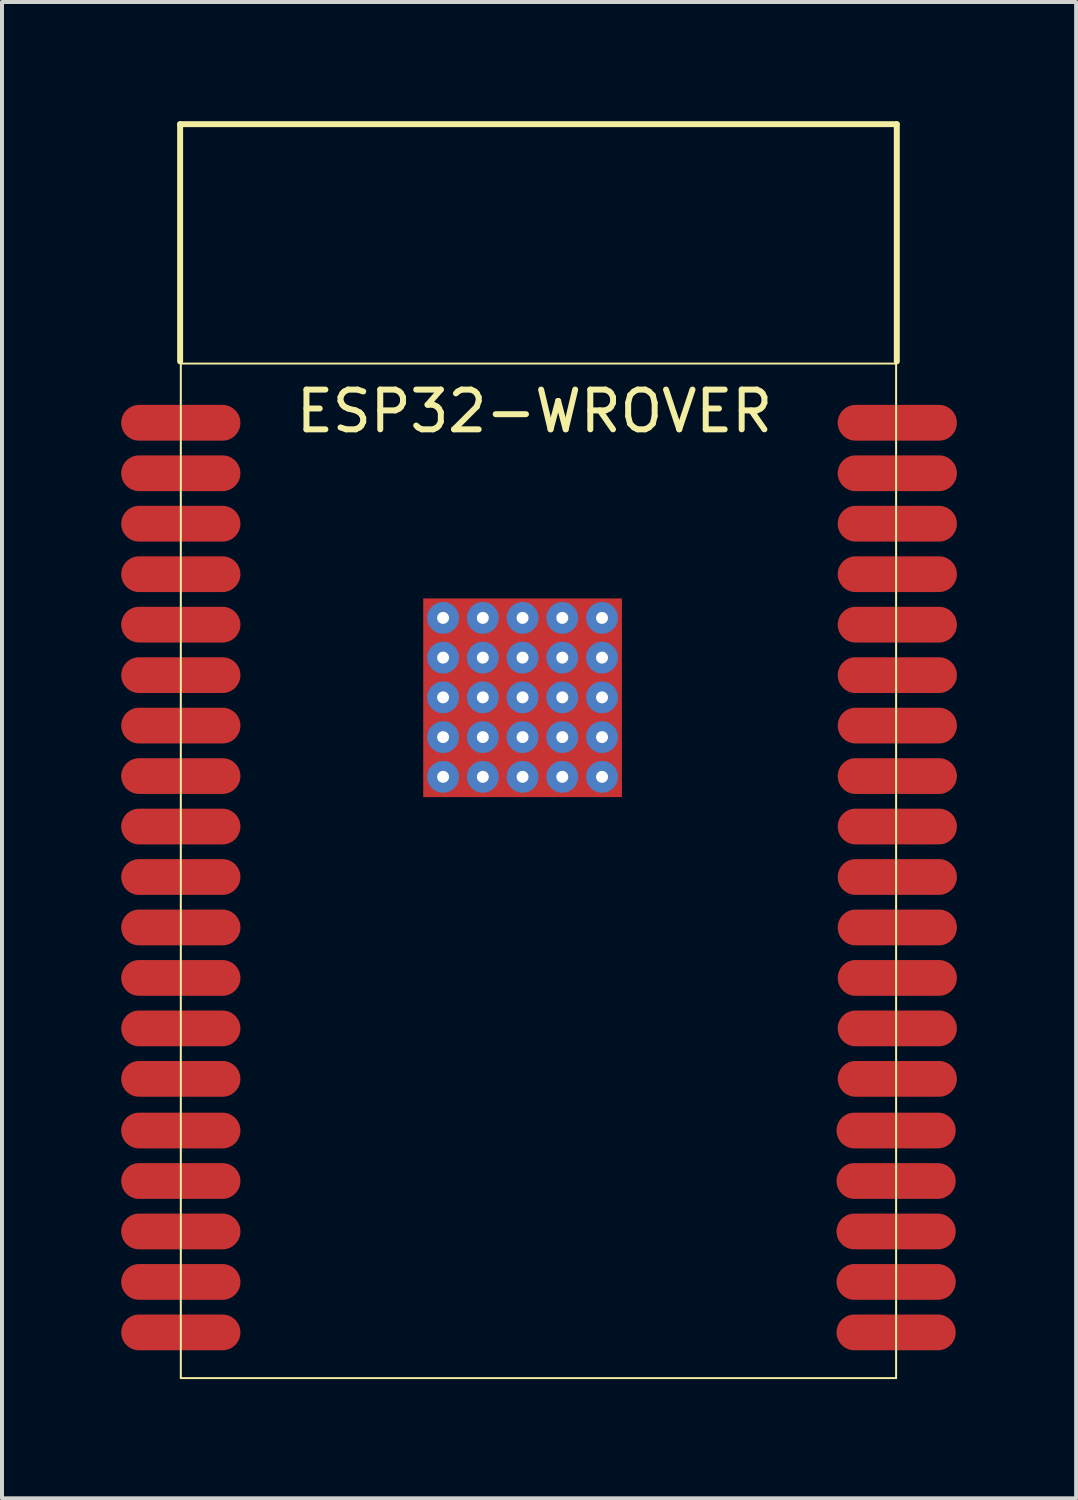
<source format=kicad_pcb>
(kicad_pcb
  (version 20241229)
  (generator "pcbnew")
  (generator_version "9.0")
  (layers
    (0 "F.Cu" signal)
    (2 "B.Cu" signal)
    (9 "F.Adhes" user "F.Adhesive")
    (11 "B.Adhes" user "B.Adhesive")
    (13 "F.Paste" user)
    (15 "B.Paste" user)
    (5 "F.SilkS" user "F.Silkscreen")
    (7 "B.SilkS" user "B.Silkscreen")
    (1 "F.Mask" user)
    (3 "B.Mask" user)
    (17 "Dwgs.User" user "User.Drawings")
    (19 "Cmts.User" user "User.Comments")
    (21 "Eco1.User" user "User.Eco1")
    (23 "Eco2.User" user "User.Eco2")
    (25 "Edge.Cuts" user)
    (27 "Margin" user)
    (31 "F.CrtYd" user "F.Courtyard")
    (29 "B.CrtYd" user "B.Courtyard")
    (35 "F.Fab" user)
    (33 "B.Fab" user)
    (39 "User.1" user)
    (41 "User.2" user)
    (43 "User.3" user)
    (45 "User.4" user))
  (footprint "ESP32-WROVER"
    (layer "F.Cu")
    (at 10.5 6.679)
    (property "Reference" "ESP32-WROVER" (at -0.1 0.62 0) (layer "F.SilkS") (effects (font (size 1 1) (thickness 0.15))))
    (attr smd)
    (fp_line (start -9.017 -0.635) (end -9.017 -6.604) (stroke (width 0.15) (type solid)) (layer "F.SilkS"))
    (fp_line (start -9 -0.58) (end 9 -0.58) (stroke (width 0.05) (type solid)) (layer "F.SilkS"))
    (fp_line (start -9 24.95) (end -9 -0.58) (stroke (width 0.05) (type solid)) (layer "F.SilkS"))
    (fp_line (start 9 -0.58) (end 9 24.95) (stroke (width 0.05) (type solid)) (layer "F.SilkS"))
    (fp_line (start 9 24.95) (end -9 24.95) (stroke (width 0.05) (type solid)) (layer "F.SilkS"))
    (fp_line (start 9.017 -6.604) (end -9.017 -6.604) (stroke (width 0.15) (type solid)) (layer "F.SilkS"))
    (fp_line (start 9.017 -0.635) (end 9.017 -6.604) (stroke (width 0.15) (type solid)) (layer "F.SilkS"))
    (pad "1" smd oval (at -9 0.91) (size 3 0.9) (layers "F.Cu" "F.Mask" "F.Paste"))
    (pad "2" smd oval (at -9 2.18) (size 3 0.9) (layers "F.Cu" "F.Mask" "F.Paste"))
    (pad "3" smd oval (at -9 3.45) (size 3 0.9) (layers "F.Cu" "F.Mask" "F.Paste"))
    (pad "4" smd oval (at -9 4.72) (size 3 0.9) (layers "F.Cu" "F.Mask" "F.Paste"))
    (pad "5" smd oval (at -9 5.99) (size 3 0.9) (layers "F.Cu" "F.Mask" "F.Paste"))
    (pad "6" smd oval (at -9 7.26) (size 3 0.9) (layers "F.Cu" "F.Mask" "F.Paste"))
    (pad "7" smd oval (at -9 8.53) (size 3 0.9) (layers "F.Cu" "F.Mask" "F.Paste"))
    (pad "8" smd oval (at -9 9.8) (size 3 0.9) (layers "F.Cu" "F.Mask" "F.Paste"))
    (pad "9" smd oval (at -9 11.07) (size 3 0.9) (layers "F.Cu" "F.Mask" "F.Paste"))
    (pad "10" smd oval (at -9 12.34) (size 3 0.9) (layers "F.Cu" "F.Mask" "F.Paste"))
    (pad "11" smd oval (at -9 13.61) (size 3 0.9) (layers "F.Cu" "F.Mask" "F.Paste"))
    (pad "12" smd oval (at -9 14.88) (size 3 0.9) (layers "F.Cu" "F.Mask" "F.Paste"))
    (pad "13" smd oval (at -9 16.15) (size 3 0.9) (layers "F.Cu" "F.Mask" "F.Paste"))
    (pad "14" smd oval (at -9 17.42) (size 3 0.9) (layers "F.Cu" "F.Mask" "F.Paste"))
    (pad "15" smd oval (at -9 18.72) (size 3 0.9) (layers "F.Cu" "F.Mask" "F.Paste"))
    (pad "16" smd oval (at -9 19.99) (size 3 0.9) (layers "F.Cu" "F.Mask" "F.Paste"))
    (pad "17" smd oval (at -9 21.26) (size 3 0.9) (layers "F.Cu" "F.Mask" "F.Paste"))
    (pad "18" smd oval (at -9 22.53) (size 3 0.9) (layers "F.Cu" "F.Mask" "F.Paste"))
    (pad "19" smd oval (at -9 23.8) (size 3 0.9) (layers "F.Cu" "F.Mask" "F.Paste"))
    (pad "20" smd oval (at 9 23.8) (size 3 0.9) (layers "F.Cu" "F.Mask" "F.Paste"))
    (pad "21" smd oval (at 9 22.53) (size 3 0.9) (layers "F.Cu" "F.Mask" "F.Paste"))
    (pad "22" smd oval (at 9 21.26) (size 3 0.9) (layers "F.Cu" "F.Mask" "F.Paste"))
    (pad "23" smd oval (at 9 19.99) (size 3 0.9) (layers "F.Cu" "F.Mask" "F.Paste"))
    (pad "24" smd oval (at 9 18.72) (size 3 0.9) (layers "F.Cu" "F.Mask" "F.Paste"))
    (pad "25" smd oval (at 9.03 17.42) (size 3 0.9) (layers "F.Cu" "F.Mask" "F.Paste"))
    (pad "26" smd oval (at 9.03 16.15) (size 3 0.9) (layers "F.Cu" "F.Mask" "F.Paste"))
    (pad "27" smd oval (at 9.03 14.88) (size 3 0.9) (layers "F.Cu" "F.Mask" "F.Paste"))
    (pad "28" smd oval (at 9.03 13.61) (size 3 0.9) (layers "F.Cu" "F.Mask" "F.Paste"))
    (pad "29" smd oval (at 9.03 12.34) (size 3 0.9) (layers "F.Cu" "F.Mask" "F.Paste"))
    (pad "30" smd oval (at 9.03 11.07) (size 3 0.9) (layers "F.Cu" "F.Mask" "F.Paste"))
    (pad "31" smd oval (at 9.03 9.8) (size 3 0.9) (layers "F.Cu" "F.Mask" "F.Paste"))
    (pad "32" smd oval (at 9.03 8.53) (size 3 0.9) (layers "F.Cu" "F.Mask" "F.Paste"))
    (pad "33" smd oval (at 9.03 7.26) (size 3 0.9) (layers "F.Cu" "F.Mask" "F.Paste"))
    (pad "34" smd oval (at 9.03 5.99) (size 3 0.9) (layers "F.Cu" "F.Mask" "F.Paste"))
    (pad "35" smd oval (at 9.03 4.72) (size 3 0.9) (layers "F.Cu" "F.Mask" "F.Paste"))
    (pad "36" smd oval (at 9.03 3.45) (size 3 0.9) (layers "F.Cu" "F.Mask" "F.Paste"))
    (pad "37" smd oval (at 9.03 2.18) (size 3 0.9) (layers "F.Cu" "F.Mask" "F.Paste"))
    (pad "38" smd oval (at 9.03 0.91) (size 3 0.9) (layers "F.Cu" "F.Mask" "F.Paste"))
    (pad "39" thru_hole circle (at -2.4 5.82) (size 0.8 0.8) (drill 0.3) (property pad_prop_heatsink) (layers "*.Cu" "*.Mask"))
    (pad "39" thru_hole circle (at -2.4 6.82) (size 0.8 0.8) (drill 0.3) (property pad_prop_heatsink) (layers "*.Cu" "*.Mask"))
    (pad "39" thru_hole circle (at -2.4 7.82) (size 0.8 0.8) (drill 0.3) (property pad_prop_heatsink) (layers "*.Cu" "*.Mask"))
    (pad "39" thru_hole circle (at -2.4 8.82) (size 0.8 0.8) (drill 0.3) (property pad_prop_heatsink) (layers "*.Cu" "*.Mask"))
    (pad "39" thru_hole circle (at -2.4 9.82) (size 0.8 0.8) (drill 0.3) (property pad_prop_heatsink) (layers "*.Cu" "*.Mask"))
    (pad "39" thru_hole circle (at -1.4 5.82) (size 0.8 0.8) (drill 0.3) (property pad_prop_heatsink) (layers "*.Cu" "*.Mask"))
    (pad "39" thru_hole circle (at -1.4 6.82) (size 0.8 0.8) (drill 0.3) (property pad_prop_heatsink) (layers "*.Cu" "*.Mask"))
    (pad "39" thru_hole circle (at -1.4 7.82) (size 0.8 0.8) (drill 0.3) (property pad_prop_heatsink) (layers "*.Cu" "*.Mask"))
    (pad "39" thru_hole circle (at -1.4 8.82) (size 0.8 0.8) (drill 0.3) (property pad_prop_heatsink) (layers "*.Cu" "*.Mask"))
    (pad "39" thru_hole circle (at -1.4 9.82) (size 0.8 0.8) (drill 0.3) (property pad_prop_heatsink) (layers "*.Cu" "*.Mask"))
    (pad "39" thru_hole circle (at -0.4 5.82) (size 0.8 0.8) (drill 0.3) (property pad_prop_heatsink) (layers "*.Cu" "*.Mask"))
    (pad "39" thru_hole circle (at -0.4 6.82) (size 0.8 0.8) (drill 0.3) (property pad_prop_heatsink) (layers "*.Cu" "*.Mask"))
    (pad "39" thru_hole circle (at -0.4 7.82) (size 0.8 0.8) (drill 0.3) (property pad_prop_heatsink) (layers "*.Cu" "*.Mask"))
    (pad "39" smd rect (at -0.4 7.83) (size 5 5) (layers "F.Cu" "F.Mask" "F.Paste"))
    (pad "39" thru_hole circle (at -0.4 8.82) (size 0.8 0.8) (drill 0.3) (property pad_prop_heatsink) (layers "*.Cu" "*.Mask"))
    (pad "39" thru_hole circle (at -0.4 9.82) (size 0.8 0.8) (drill 0.3) (property pad_prop_heatsink) (layers "*.Cu" "*.Mask"))
    (pad "39" thru_hole circle (at 0.6 5.82) (size 0.8 0.8) (drill 0.3) (property pad_prop_heatsink) (layers "*.Cu" "*.Mask"))
    (pad "39" thru_hole circle (at 0.6 6.82) (size 0.8 0.8) (drill 0.3) (property pad_prop_heatsink) (layers "*.Cu" "*.Mask"))
    (pad "39" thru_hole circle (at 0.6 7.82) (size 0.8 0.8) (drill 0.3) (property pad_prop_heatsink) (layers "*.Cu" "*.Mask"))
    (pad "39" thru_hole circle (at 0.6 8.82) (size 0.8 0.8) (drill 0.3) (property pad_prop_heatsink) (layers "*.Cu" "*.Mask"))
    (pad "39" thru_hole circle (at 0.6 9.82) (size 0.8 0.8) (drill 0.3) (property pad_prop_heatsink) (layers "*.Cu" "*.Mask"))
    (pad "39" thru_hole circle (at 1.6 5.82) (size 0.8 0.8) (drill 0.3) (property pad_prop_heatsink) (layers "*.Cu" "*.Mask"))
    (pad "39" thru_hole circle (at 1.6 6.82) (size 0.8 0.8) (drill 0.3) (property pad_prop_heatsink) (layers "*.Cu" "*.Mask"))
    (pad "39" thru_hole circle (at 1.6 7.82) (size 0.8 0.8) (drill 0.3) (property pad_prop_heatsink) (layers "*.Cu" "*.Mask"))
    (pad "39" thru_hole circle (at 1.6 8.82) (size 0.8 0.8) (drill 0.3) (property pad_prop_heatsink) (layers "*.Cu" "*.Mask"))
    (pad "39" thru_hole circle (at 1.6 9.82) (size 0.8 0.8) (drill 0.3) (property pad_prop_heatsink) (layers "*.Cu" "*.Mask")))
  (gr_rect
    (start -3 -3)
    (end 24.03 34.654)
    (stroke (width 0.1) (type default))
    (fill no)
    (layer "Edge.Cuts")))
</source>
